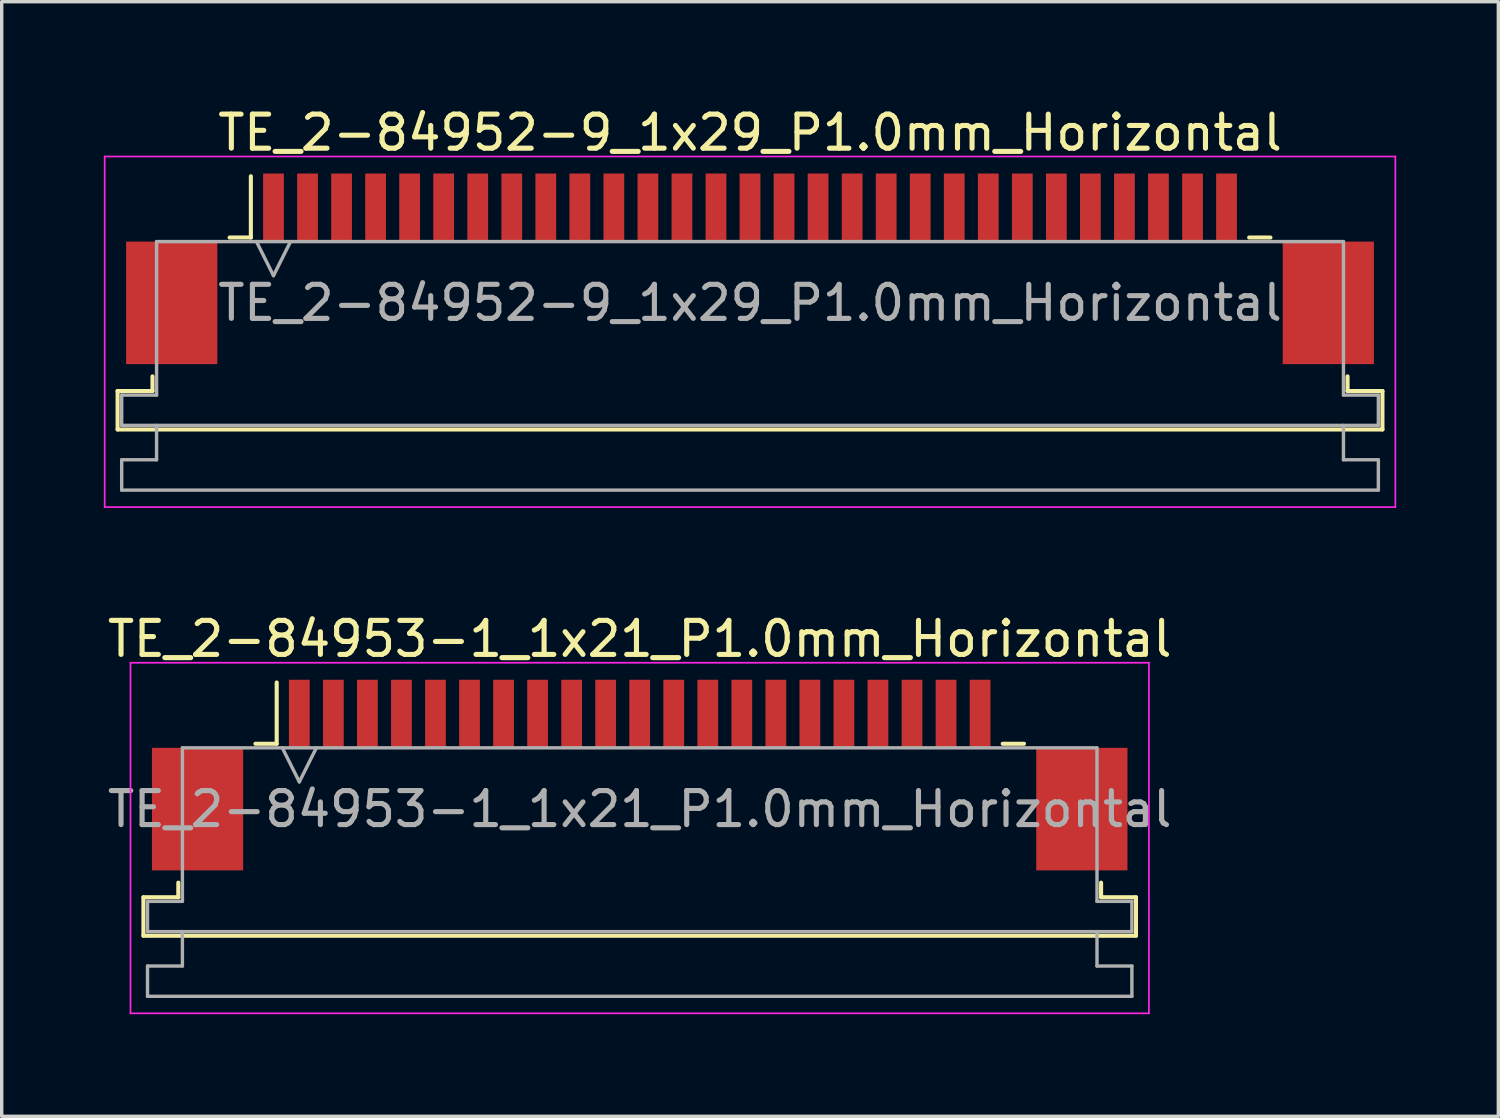
<source format=kicad_pcb>
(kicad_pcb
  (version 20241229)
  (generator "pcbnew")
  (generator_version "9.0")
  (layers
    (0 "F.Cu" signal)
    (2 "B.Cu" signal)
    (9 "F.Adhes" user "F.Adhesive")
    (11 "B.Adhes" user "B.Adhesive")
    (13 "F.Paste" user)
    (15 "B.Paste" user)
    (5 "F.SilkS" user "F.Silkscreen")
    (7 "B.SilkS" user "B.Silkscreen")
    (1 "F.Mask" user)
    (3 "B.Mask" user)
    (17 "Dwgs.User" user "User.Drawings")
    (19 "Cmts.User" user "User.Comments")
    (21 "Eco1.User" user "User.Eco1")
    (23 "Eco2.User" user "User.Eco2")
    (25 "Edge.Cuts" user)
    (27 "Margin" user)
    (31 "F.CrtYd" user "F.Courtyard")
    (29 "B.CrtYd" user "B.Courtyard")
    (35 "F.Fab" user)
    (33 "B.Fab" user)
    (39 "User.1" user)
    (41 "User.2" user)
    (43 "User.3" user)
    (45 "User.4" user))
  (footprint "TE_2-84953-1_1x21_P1.0mm_Horizontal"
    (layer "F.Cu")
    (at 15.744 19.721)
    (property "Reference" "TE_2-84953-1_1x21_P1.0mm_Horizontal" (at 0 -4 0) (layer "F.SilkS") (effects (font (size 1 1) (thickness 0.15))))
    (attr smd)
    (fp_line (start -14.58 3.59) (end -13.555 3.59) (stroke (width 0.12) (type solid)) (layer "F.SilkS"))
    (fp_line (start -14.58 4.72) (end -14.58 3.59) (stroke (width 0.12) (type solid)) (layer "F.SilkS"))
    (fp_line (start -13.555 3.59) (end -13.555 3.16) (stroke (width 0.12) (type solid)) (layer "F.SilkS"))
    (fp_line (start -11.29 -0.92) (end -10.665 -0.92) (stroke (width 0.12) (type solid)) (layer "F.SilkS"))
    (fp_line (start -10.665 -0.92) (end -10.665 -2.72) (stroke (width 0.12) (type solid)) (layer "F.SilkS"))
    (fp_line (start 10.665 -0.92) (end 11.29 -0.92) (stroke (width 0.12) (type solid)) (layer "F.SilkS"))
    (fp_line (start 13.555 3.16) (end 13.555 3.59) (stroke (width 0.12) (type solid)) (layer "F.SilkS"))
    (fp_line (start 13.555 3.59) (end 14.58 3.59) (stroke (width 0.12) (type solid)) (layer "F.SilkS"))
    (fp_line (start 14.58 3.59) (end 14.58 4.72) (stroke (width 0.12) (type solid)) (layer "F.SilkS"))
    (fp_line (start 14.58 4.72) (end -14.58 4.72) (stroke (width 0.12) (type solid)) (layer "F.SilkS"))
    (fp_line (start -14.96 -3.3) (end -14.96 7) (stroke (width 0.05) (type solid)) (layer "F.CrtYd"))
    (fp_line (start -14.96 7) (end 14.96 7) (stroke (width 0.05) (type solid)) (layer "F.CrtYd"))
    (fp_line (start 14.96 -3.3) (end -14.96 -3.3) (stroke (width 0.05) (type solid)) (layer "F.CrtYd"))
    (fp_line (start 14.96 7) (end 14.96 -3.3) (stroke (width 0.05) (type solid)) (layer "F.CrtYd"))
    (fp_line (start -14.46 3.71) (end -13.435 3.71) (stroke (width 0.1) (type solid)) (layer "F.Fab"))
    (fp_line (start -14.46 4.6) (end -14.46 3.71) (stroke (width 0.1) (type solid)) (layer "F.Fab"))
    (fp_line (start -14.46 5.61) (end -13.435 5.61) (stroke (width 0.1) (type solid)) (layer "F.Fab"))
    (fp_line (start -14.46 6.5) (end -14.46 5.61) (stroke (width 0.1) (type solid)) (layer "F.Fab"))
    (fp_line (start -13.435 -0.8) (end 13.435 -0.8) (stroke (width 0.1) (type solid)) (layer "F.Fab"))
    (fp_line (start -13.435 3.71) (end -13.435 -0.8) (stroke (width 0.1) (type solid)) (layer "F.Fab"))
    (fp_line (start -13.435 5.61) (end -13.435 4.6) (stroke (width 0.1) (type solid)) (layer "F.Fab"))
    (fp_line (start -10.5 -0.8) (end -10 0.2) (stroke (width 0.1) (type solid)) (layer "F.Fab"))
    (fp_line (start -10 0.2) (end -9.5 -0.8) (stroke (width 0.1) (type solid)) (layer "F.Fab"))
    (fp_line (start 13.435 -0.8) (end 13.435 3.71) (stroke (width 0.1) (type solid)) (layer "F.Fab"))
    (fp_line (start 13.435 3.71) (end 14.46 3.71) (stroke (width 0.1) (type solid)) (layer "F.Fab"))
    (fp_line (start 13.435 4.6) (end 13.435 5.61) (stroke (width 0.1) (type solid)) (layer "F.Fab"))
    (fp_line (start 13.435 5.61) (end 14.46 5.61) (stroke (width 0.1) (type solid)) (layer "F.Fab"))
    (fp_line (start 14.46 3.71) (end 14.46 4.6) (stroke (width 0.1) (type solid)) (layer "F.Fab"))
    (fp_line (start 14.46 4.6) (end -14.46 4.6) (stroke (width 0.1) (type solid)) (layer "F.Fab"))
    (fp_line (start 14.46 5.61) (end 14.46 6.5) (stroke (width 0.1) (type solid)) (layer "F.Fab"))
    (fp_line (start 14.46 6.5) (end -14.46 6.5) (stroke (width 0.1) (type solid)) (layer "F.Fab"))
    (fp_text user "${REFERENCE}" (at 0 1 0) (layer "F.Fab") (effects (font (size 1 1) (thickness 0.15))))
    (pad "" smd rect (at -12.99 1) (size 2.68 3.6) (layers "F.Cu" "F.Mask" "F.Paste"))
    (pad "" smd rect (at 12.99 1) (size 2.68 3.6) (layers "F.Cu" "F.Mask" "F.Paste"))
    (pad "1" smd rect (at -10 -1.8) (size 0.61 2) (layers "F.Cu" "F.Mask" "F.Paste"))
    (pad "2" smd rect (at -9 -1.8) (size 0.61 2) (layers "F.Cu" "F.Mask" "F.Paste"))
    (pad "3" smd rect (at -8 -1.8) (size 0.61 2) (layers "F.Cu" "F.Mask" "F.Paste"))
    (pad "4" smd rect (at -7 -1.8) (size 0.61 2) (layers "F.Cu" "F.Mask" "F.Paste"))
    (pad "5" smd rect (at -6 -1.8) (size 0.61 2) (layers "F.Cu" "F.Mask" "F.Paste"))
    (pad "6" smd rect (at -5 -1.8) (size 0.61 2) (layers "F.Cu" "F.Mask" "F.Paste"))
    (pad "7" smd rect (at -4 -1.8) (size 0.61 2) (layers "F.Cu" "F.Mask" "F.Paste"))
    (pad "8" smd rect (at -3 -1.8) (size 0.61 2) (layers "F.Cu" "F.Mask" "F.Paste"))
    (pad "9" smd rect (at -2 -1.8) (size 0.61 2) (layers "F.Cu" "F.Mask" "F.Paste"))
    (pad "10" smd rect (at -1 -1.8) (size 0.61 2) (layers "F.Cu" "F.Mask" "F.Paste"))
    (pad "11" smd rect (at 0 -1.8) (size 0.61 2) (layers "F.Cu" "F.Mask" "F.Paste"))
    (pad "12" smd rect (at 1 -1.8) (size 0.61 2) (layers "F.Cu" "F.Mask" "F.Paste"))
    (pad "13" smd rect (at 2 -1.8) (size 0.61 2) (layers "F.Cu" "F.Mask" "F.Paste"))
    (pad "14" smd rect (at 3 -1.8) (size 0.61 2) (layers "F.Cu" "F.Mask" "F.Paste"))
    (pad "15" smd rect (at 4 -1.8) (size 0.61 2) (layers "F.Cu" "F.Mask" "F.Paste"))
    (pad "16" smd rect (at 5 -1.8) (size 0.61 2) (layers "F.Cu" "F.Mask" "F.Paste"))
    (pad "17" smd rect (at 6 -1.8) (size 0.61 2) (layers "F.Cu" "F.Mask" "F.Paste"))
    (pad "18" smd rect (at 7 -1.8) (size 0.61 2) (layers "F.Cu" "F.Mask" "F.Paste"))
    (pad "19" smd rect (at 8 -1.8) (size 0.61 2) (layers "F.Cu" "F.Mask" "F.Paste"))
    (pad "20" smd rect (at 9 -1.8) (size 0.61 2) (layers "F.Cu" "F.Mask" "F.Paste"))
    (pad "21" smd rect (at 10 -1.8) (size 0.61 2) (layers "F.Cu" "F.Mask" "F.Paste")))
  (footprint "TE_2-84952-9_1x29_P1.0mm_Horizontal"
    (layer "F.Cu")
    (at 18.985 4.848)
    (property "Reference" "TE_2-84952-9_1x29_P1.0mm_Horizontal" (at 0 -4 0) (layer "F.SilkS") (effects (font (size 1 1) (thickness 0.15))))
    (attr smd)
    (fp_line (start -18.58 3.59) (end -17.555 3.59) (stroke (width 0.12) (type solid)) (layer "F.SilkS"))
    (fp_line (start -18.58 4.72) (end -18.58 3.59) (stroke (width 0.12) (type solid)) (layer "F.SilkS"))
    (fp_line (start -17.555 3.59) (end -17.555 3.16) (stroke (width 0.12) (type solid)) (layer "F.SilkS"))
    (fp_line (start -15.29 -0.92) (end -14.665 -0.92) (stroke (width 0.12) (type solid)) (layer "F.SilkS"))
    (fp_line (start -14.665 -0.92) (end -14.665 -2.72) (stroke (width 0.12) (type solid)) (layer "F.SilkS"))
    (fp_line (start 14.665 -0.92) (end 15.29 -0.92) (stroke (width 0.12) (type solid)) (layer "F.SilkS"))
    (fp_line (start 17.555 3.16) (end 17.555 3.59) (stroke (width 0.12) (type solid)) (layer "F.SilkS"))
    (fp_line (start 17.555 3.59) (end 18.58 3.59) (stroke (width 0.12) (type solid)) (layer "F.SilkS"))
    (fp_line (start 18.58 3.59) (end 18.58 4.72) (stroke (width 0.12) (type solid)) (layer "F.SilkS"))
    (fp_line (start 18.58 4.72) (end -18.58 4.72) (stroke (width 0.12) (type solid)) (layer "F.SilkS"))
    (fp_line (start -18.96 -3.3) (end -18.96 7) (stroke (width 0.05) (type solid)) (layer "F.CrtYd"))
    (fp_line (start -18.96 7) (end 18.96 7) (stroke (width 0.05) (type solid)) (layer "F.CrtYd"))
    (fp_line (start 18.96 -3.3) (end -18.96 -3.3) (stroke (width 0.05) (type solid)) (layer "F.CrtYd"))
    (fp_line (start 18.96 7) (end 18.96 -3.3) (stroke (width 0.05) (type solid)) (layer "F.CrtYd"))
    (fp_line (start -18.46 3.71) (end -17.435 3.71) (stroke (width 0.1) (type solid)) (layer "F.Fab"))
    (fp_line (start -18.46 4.6) (end -18.46 3.71) (stroke (width 0.1) (type solid)) (layer "F.Fab"))
    (fp_line (start -18.46 5.61) (end -17.435 5.61) (stroke (width 0.1) (type solid)) (layer "F.Fab"))
    (fp_line (start -18.46 6.5) (end -18.46 5.61) (stroke (width 0.1) (type solid)) (layer "F.Fab"))
    (fp_line (start -17.435 -0.8) (end 17.435 -0.8) (stroke (width 0.1) (type solid)) (layer "F.Fab"))
    (fp_line (start -17.435 3.71) (end -17.435 -0.8) (stroke (width 0.1) (type solid)) (layer "F.Fab"))
    (fp_line (start -17.435 5.61) (end -17.435 4.6) (stroke (width 0.1) (type solid)) (layer "F.Fab"))
    (fp_line (start -14.5 -0.8) (end -14 0.2) (stroke (width 0.1) (type solid)) (layer "F.Fab"))
    (fp_line (start -14 0.2) (end -13.5 -0.8) (stroke (width 0.1) (type solid)) (layer "F.Fab"))
    (fp_line (start 17.435 -0.8) (end 17.435 3.71) (stroke (width 0.1) (type solid)) (layer "F.Fab"))
    (fp_line (start 17.435 3.71) (end 18.46 3.71) (stroke (width 0.1) (type solid)) (layer "F.Fab"))
    (fp_line (start 17.435 4.6) (end 17.435 5.61) (stroke (width 0.1) (type solid)) (layer "F.Fab"))
    (fp_line (start 17.435 5.61) (end 18.46 5.61) (stroke (width 0.1) (type solid)) (layer "F.Fab"))
    (fp_line (start 18.46 3.71) (end 18.46 4.6) (stroke (width 0.1) (type solid)) (layer "F.Fab"))
    (fp_line (start 18.46 4.6) (end -18.46 4.6) (stroke (width 0.1) (type solid)) (layer "F.Fab"))
    (fp_line (start 18.46 5.61) (end 18.46 6.5) (stroke (width 0.1) (type solid)) (layer "F.Fab"))
    (fp_line (start 18.46 6.5) (end -18.46 6.5) (stroke (width 0.1) (type solid)) (layer "F.Fab"))
    (fp_text user "${REFERENCE}" (at 0 1 0) (layer "F.Fab") (effects (font (size 1 1) (thickness 0.15))))
    (pad "" smd rect (at -16.99 1) (size 2.68 3.6) (layers "F.Cu" "F.Mask" "F.Paste"))
    (pad "" smd rect (at 16.99 1) (size 2.68 3.6) (layers "F.Cu" "F.Mask" "F.Paste"))
    (pad "1" smd rect (at -14 -1.8) (size 0.61 2) (layers "F.Cu" "F.Mask" "F.Paste"))
    (pad "2" smd rect (at -13 -1.8) (size 0.61 2) (layers "F.Cu" "F.Mask" "F.Paste"))
    (pad "3" smd rect (at -12 -1.8) (size 0.61 2) (layers "F.Cu" "F.Mask" "F.Paste"))
    (pad "4" smd rect (at -11 -1.8) (size 0.61 2) (layers "F.Cu" "F.Mask" "F.Paste"))
    (pad "5" smd rect (at -10 -1.8) (size 0.61 2) (layers "F.Cu" "F.Mask" "F.Paste"))
    (pad "6" smd rect (at -9 -1.8) (size 0.61 2) (layers "F.Cu" "F.Mask" "F.Paste"))
    (pad "7" smd rect (at -8 -1.8) (size 0.61 2) (layers "F.Cu" "F.Mask" "F.Paste"))
    (pad "8" smd rect (at -7 -1.8) (size 0.61 2) (layers "F.Cu" "F.Mask" "F.Paste"))
    (pad "9" smd rect (at -6 -1.8) (size 0.61 2) (layers "F.Cu" "F.Mask" "F.Paste"))
    (pad "10" smd rect (at -5 -1.8) (size 0.61 2) (layers "F.Cu" "F.Mask" "F.Paste"))
    (pad "11" smd rect (at -4 -1.8) (size 0.61 2) (layers "F.Cu" "F.Mask" "F.Paste"))
    (pad "12" smd rect (at -3 -1.8) (size 0.61 2) (layers "F.Cu" "F.Mask" "F.Paste"))
    (pad "13" smd rect (at -2 -1.8) (size 0.61 2) (layers "F.Cu" "F.Mask" "F.Paste"))
    (pad "14" smd rect (at -1 -1.8) (size 0.61 2) (layers "F.Cu" "F.Mask" "F.Paste"))
    (pad "15" smd rect (at 0 -1.8) (size 0.61 2) (layers "F.Cu" "F.Mask" "F.Paste"))
    (pad "16" smd rect (at 1 -1.8) (size 0.61 2) (layers "F.Cu" "F.Mask" "F.Paste"))
    (pad "17" smd rect (at 2 -1.8) (size 0.61 2) (layers "F.Cu" "F.Mask" "F.Paste"))
    (pad "18" smd rect (at 3 -1.8) (size 0.61 2) (layers "F.Cu" "F.Mask" "F.Paste"))
    (pad "19" smd rect (at 4 -1.8) (size 0.61 2) (layers "F.Cu" "F.Mask" "F.Paste"))
    (pad "20" smd rect (at 5 -1.8) (size 0.61 2) (layers "F.Cu" "F.Mask" "F.Paste"))
    (pad "21" smd rect (at 6 -1.8) (size 0.61 2) (layers "F.Cu" "F.Mask" "F.Paste"))
    (pad "22" smd rect (at 7 -1.8) (size 0.61 2) (layers "F.Cu" "F.Mask" "F.Paste"))
    (pad "23" smd rect (at 8 -1.8) (size 0.61 2) (layers "F.Cu" "F.Mask" "F.Paste"))
    (pad "24" smd rect (at 9 -1.8) (size 0.61 2) (layers "F.Cu" "F.Mask" "F.Paste"))
    (pad "25" smd rect (at 10 -1.8) (size 0.61 2) (layers "F.Cu" "F.Mask" "F.Paste"))
    (pad "26" smd rect (at 11 -1.8) (size 0.61 2) (layers "F.Cu" "F.Mask" "F.Paste"))
    (pad "27" smd rect (at 12 -1.8) (size 0.61 2) (layers "F.Cu" "F.Mask" "F.Paste"))
    (pad "28" smd rect (at 13 -1.8) (size 0.61 2) (layers "F.Cu" "F.Mask" "F.Paste"))
    (pad "29" smd rect (at 14 -1.8) (size 0.61 2) (layers "F.Cu" "F.Mask" "F.Paste")))
  (gr_rect
    (start -3 -3)
    (end 40.97 29.747)
    (stroke (width 0.1) (type default))
    (fill no)
    (layer "Edge.Cuts")))
</source>
